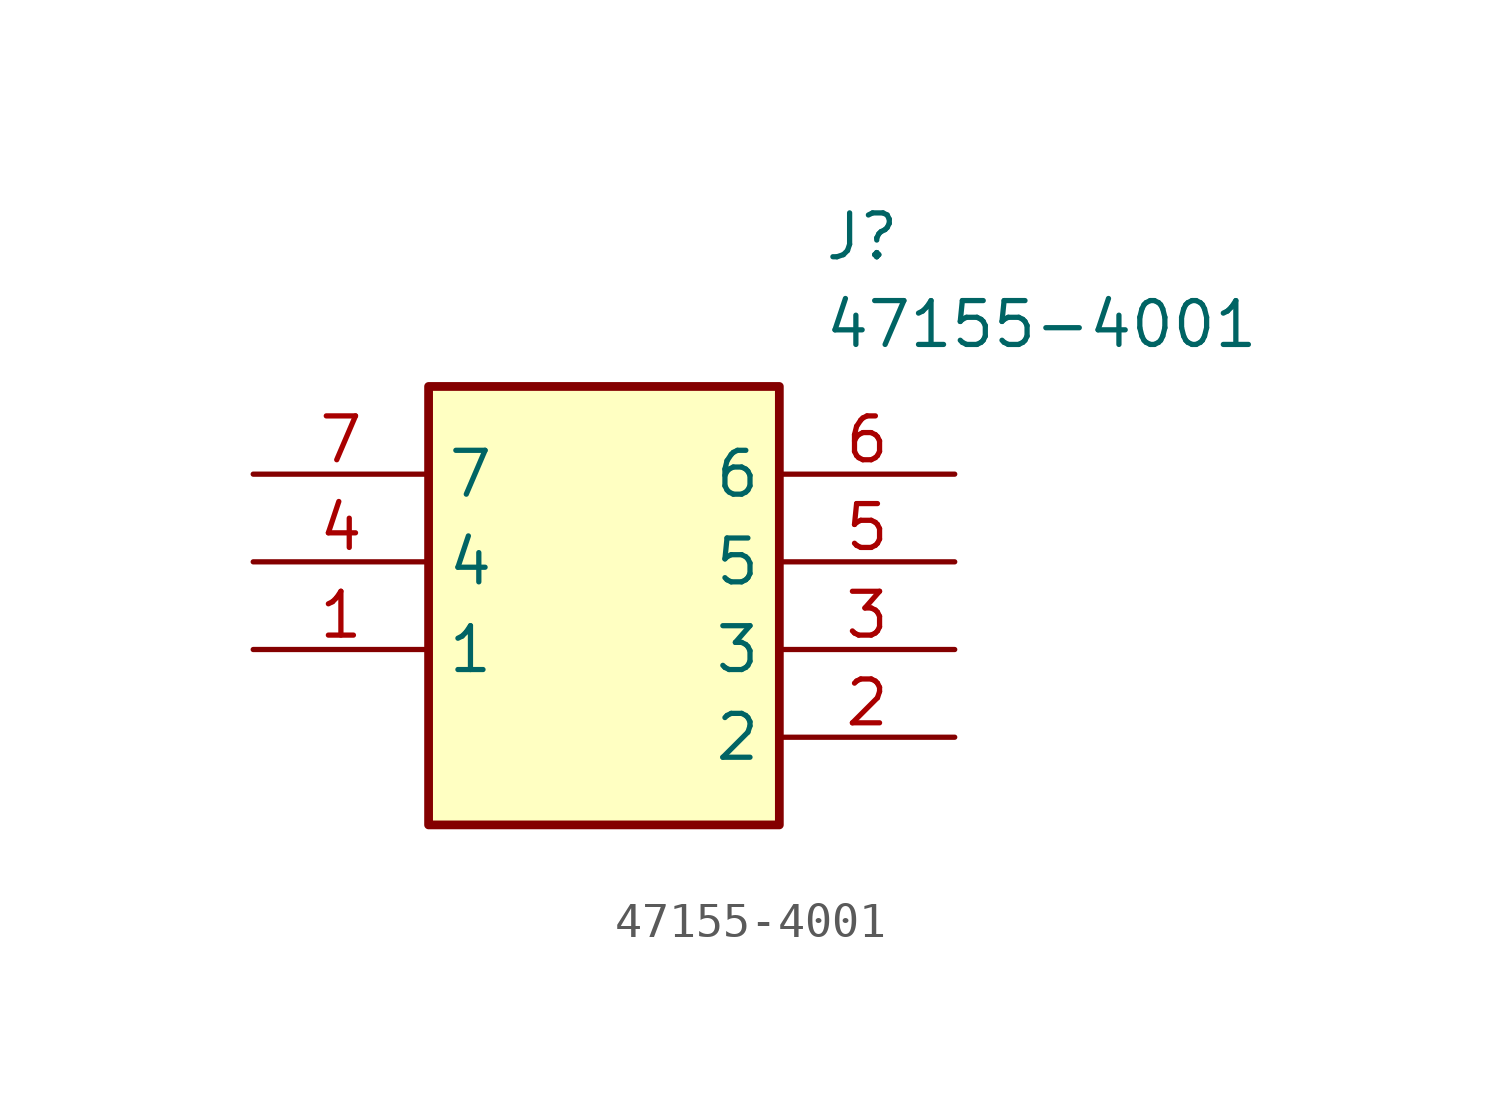
<source format=kicad_sym>
(kicad_symbol_lib
  (version 20211014)
  (generator SamacSys_ECAD_Model)
  (symbol "47155-4001"
    (property "Reference" "J"
      (at 16.51 7.62 0)
      (effects (font (size 1.27 1.27)) (justify left top)))
    (property "Value" "47155-4001"
      (at 16.51 5.08 0)
      (effects (font (size 1.27 1.27)) (justify left top)))
    (rectangle
      (start 5.08 2.54)
      (end 15.24 -10.16)
      (stroke (width 0.254) (type default))
      (fill (type background)))
    (pin passive line
      (at 0 -5.08 0)
      (length 5.08)
      (name "1" (effects (font (size 1.27 1.27))))
      (number "1" (effects (font (size 1.27 1.27)))))
    (pin passive line
      (at 20.32 -7.62 180)
      (length 5.08)
      (name "2" (effects (font (size 1.27 1.27))))
      (number "2" (effects (font (size 1.27 1.27)))))
    (pin passive line
      (at 20.32 -5.08 180)
      (length 5.08)
      (name "3" (effects (font (size 1.27 1.27))))
      (number "3" (effects (font (size 1.27 1.27)))))
    (pin passive line
      (at 0 -2.54 0)
      (length 5.08)
      (name "4" (effects (font (size 1.27 1.27))))
      (number "4" (effects (font (size 1.27 1.27)))))
    (pin passive line
      (at 20.32 -2.54 180)
      (length 5.08)
      (name "5" (effects (font (size 1.27 1.27))))
      (number "5" (effects (font (size 1.27 1.27)))))
    (pin passive line
      (at 20.32 0 180)
      (length 5.08)
      (name "6" (effects (font (size 1.27 1.27))))
      (number "6" (effects (font (size 1.27 1.27)))))
    (pin passive line
      (at 0 0 0)
      (length 5.08)
      (name "7" (effects (font (size 1.27 1.27))))
      (number "7" (effects (font (size 1.27 1.27)))))))
</source>
